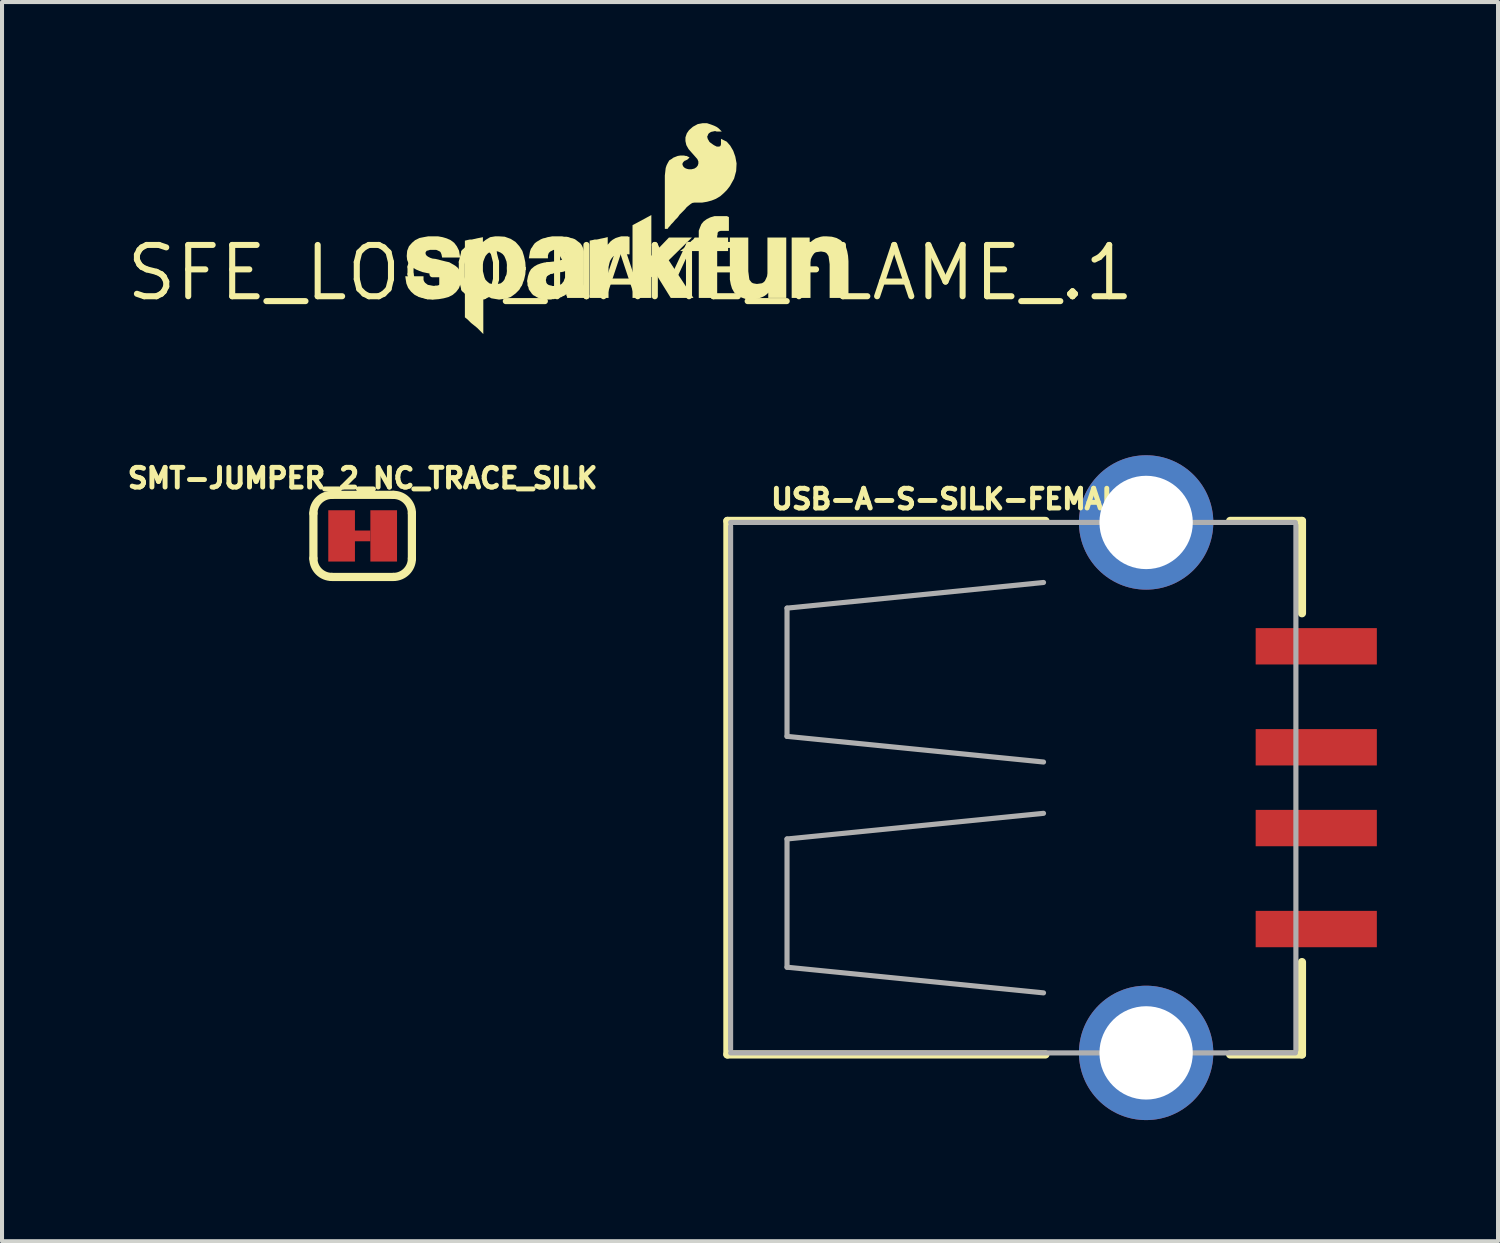
<source format=kicad_pcb>
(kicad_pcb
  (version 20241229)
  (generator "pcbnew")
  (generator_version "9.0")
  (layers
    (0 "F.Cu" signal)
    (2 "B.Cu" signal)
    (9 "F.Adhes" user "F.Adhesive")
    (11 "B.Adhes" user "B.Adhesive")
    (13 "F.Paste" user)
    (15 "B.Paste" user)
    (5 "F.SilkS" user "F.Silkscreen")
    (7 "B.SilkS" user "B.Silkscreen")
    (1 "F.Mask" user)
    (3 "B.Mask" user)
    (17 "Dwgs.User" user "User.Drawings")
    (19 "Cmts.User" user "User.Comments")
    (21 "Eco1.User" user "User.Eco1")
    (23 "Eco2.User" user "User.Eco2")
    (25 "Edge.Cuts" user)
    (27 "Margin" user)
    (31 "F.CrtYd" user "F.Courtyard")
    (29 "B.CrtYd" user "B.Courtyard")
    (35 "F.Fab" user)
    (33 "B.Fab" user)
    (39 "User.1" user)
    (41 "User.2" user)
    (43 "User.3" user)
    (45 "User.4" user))
  (footprint "SMT-JUMPER_2_NC_TRACE_SILK"
    (layer "F.Cu")
    (at 5.928 10.217)
    (property "Reference" "SMT-JUMPER_2_NC_TRACE_SILK" (at 0 -1.143 0) (layer "F.SilkS") (effects (font (size 0.488 0.488) (thickness 0.122)) (justify bottom)))
    (fp_poly (pts (xy 0.191 0.133) (xy -0.705 0.133) (xy -0.705 -0.133) (xy 0.191 -0.133)) (stroke (width 0) (type solid)) (fill yes) (layer "F.Cu"))
    (fp_poly (pts (xy 0.254 0.191) (xy -0.254 0.191) (xy -0.254 -0.191) (xy 0.254 -0.191)) (stroke (width 0) (type solid)) (fill yes) (layer "F.Mask"))
    (fp_line (start -1.219 0.559) (end -1.219 -0.559) (stroke (width 0.203) (type solid)) (layer "F.SilkS"))
    (fp_line (start -0.762 -1.016) (end 0.762 -1.016) (stroke (width 0.203) (type solid)) (layer "F.SilkS"))
    (fp_line (start 0.762 1.016) (end -0.762 1.016) (stroke (width 0.203) (type solid)) (layer "F.SilkS"))
    (fp_line (start 1.219 0.559) (end 1.219 -0.559) (stroke (width 0.203) (type solid)) (layer "F.SilkS"))
    (fp_arc (start -1.2192 -0.5588) (mid -1.085289 -0.882089) (end -0.762 -1.016) (stroke (width 0.2032) (type solid)) (layer "F.SilkS"))
    (fp_arc (start -0.762 1.016) (mid -1.085289 0.882089) (end -1.2192 0.5588) (stroke (width 0.2032) (type solid)) (layer "F.SilkS"))
    (fp_arc (start 0.762 -1.016) (mid 1.085289 -0.882089) (end 1.2192 -0.5588) (stroke (width 0.2032) (type solid)) (layer "F.SilkS"))
    (fp_arc (start 1.2192 0.5588) (mid 1.085289 0.882089) (end 0.762 1.016) (stroke (width 0.2032) (type solid)) (layer "F.SilkS"))
    (pad "1" smd rect (at -0.521 0) (size 0.66 1.27) (layers "F.Cu" "F.Mask"))
    (pad "2" smd rect (at 0.521 0) (size 0.66 1.27) (layers "F.Cu" "F.Mask")))
  (footprint "USB-A-S-SILK-FEMALE"
    (layer "F.Cu")
    (at 22.324 16.45)
    (property "Reference" "USB-A-S-SILK-FEMALE" (at -6.35 -6.858 0) (layer "F.SilkS") (effects (font (size 0.488 0.488) (thickness 0.122)) (justify left bottom)))
    (fp_line (start -7.366 -6.604) (end -7.366 6.604) (stroke (width 0.203) (type solid)) (layer "F.SilkS"))
    (fp_line (start -7.366 -6.604) (end 0.508 -6.604) (stroke (width 0.203) (type solid)) (layer "F.SilkS"))
    (fp_line (start -7.366 6.604) (end 0.508 6.604) (stroke (width 0.203) (type solid)) (layer "F.SilkS"))
    (fp_line (start 5.08 6.604) (end 6.858 6.604) (stroke (width 0.203) (type solid)) (layer "F.SilkS"))
    (fp_line (start 6.858 -6.604) (end 5.08 -6.604) (stroke (width 0.203) (type solid)) (layer "F.SilkS"))
    (fp_line (start 6.858 -4.318) (end 6.858 -6.604) (stroke (width 0.203) (type solid)) (layer "F.SilkS"))
    (fp_line (start 6.858 6.604) (end 6.858 4.318) (stroke (width 0.203) (type solid)) (layer "F.SilkS"))
    (fp_line (start -7.287 -6.477) (end -7.287 6.477) (stroke (width 0.127) (type solid)) (layer "F.Fab"))
    (fp_line (start -5.89 -4.445) (end -5.89 -1.27) (stroke (width 0.127) (type solid)) (layer "F.Fab"))
    (fp_line (start -5.89 -1.27) (end 0.46 -0.635) (stroke (width 0.127) (type solid)) (layer "F.Fab"))
    (fp_line (start -5.89 1.27) (end 0.46 0.635) (stroke (width 0.127) (type solid)) (layer "F.Fab"))
    (fp_line (start -5.89 4.445) (end -5.89 1.27) (stroke (width 0.127) (type solid)) (layer "F.Fab"))
    (fp_line (start 0.46 -5.08) (end -5.89 -4.445) (stroke (width 0.127) (type solid)) (layer "F.Fab"))
    (fp_line (start 0.46 5.08) (end -5.89 4.445) (stroke (width 0.127) (type solid)) (layer "F.Fab"))
    (fp_line (start 6.696 -6.566) (end -7.287 -6.566) (stroke (width 0.127) (type solid)) (layer "F.Fab"))
    (fp_line (start 6.696 6.566) (end -7.287 6.566) (stroke (width 0.127) (type solid)) (layer "F.Fab"))
    (fp_line (start 6.708 -6.502) (end 6.708 6.502) (stroke (width 0.127) (type solid)) (layer "F.Fab"))
    (pad "D+" smd rect (at 7.212 1) (size 3 0.9) (layers "F.Cu" "F.Mask" "F.Paste"))
    (pad "D-" smd rect (at 7.212 -1) (size 3 0.9) (layers "F.Cu" "F.Mask" "F.Paste"))
    (pad "GND" smd rect (at 7.212 3.5) (size 3 0.9) (layers "F.Cu" "F.Mask" "F.Paste"))
    (pad "SHLD1" thru_hole circle (at 3 6.566 270) (size 3.327 3.327) (drill 2.311) (layers "*.Cu" "*.Mask"))
    (pad "SHLD2" thru_hole circle (at 3 -6.566 270) (size 3.327 3.327) (drill 2.311) (layers "*.Cu" "*.Mask"))
    (pad "VBUS" smd rect (at 7.212 -3.5) (size 3 0.9) (layers "F.Cu" "F.Mask" "F.Paste")))
  (footprint "SFE_LOGO_NAME_FLAME_.1"
    (layer "F.Cu")
    (at 12.556 3.704)
    (property "Reference" "SFE_LOGO_NAME_FLAME_.1" (at 0 0 0) (layer "F.SilkS") (effects (font (size 1.27 1.27) (thickness 0.15))))
    (fp_poly (pts (xy -2.588 -0.143) (xy -2.601 0.04) (xy -2.633 0.176) (xy -2.699 0.335) (xy -3.107 0.144) (xy -3.066 0.035) (xy -3.057 -0.038) (xy -3.057 -0.155)) (stroke (width 0) (type solid)) (fill yes) (layer "F.SilkS"))
    (fp_poly (pts (xy -1.695 -0.036) (xy -1.75 -0.008) (xy -1.773 -0.008) (xy -1.803 0.002) (xy -1.843 0.002) (xy -1.873 0.012) (xy -1.91 0.012) (xy -1.93 0.022) (xy -1.985 0.022) (xy -2.092 -0.258) (xy -1.864 -0.284) (xy -1.76 -0.299)) (stroke (width 0) (type solid)) (fill yes) (layer "F.SilkS"))
    (fp_poly (pts (xy 0.519 -0.421) (xy 0.955 -0.874) (xy 1.524 -0.874) (xy 0.95 -0.311) (xy 1.562 0.622) (xy 1 0.622) (xy 0.623 0.014) (xy 0.519 0.111) (xy 0.519 0.622) (xy 0.053 0.622) (xy 0.053 -1.179) (xy 0.519 -1.43)) (stroke (width 0) (type solid)) (fill yes) (layer "F.SilkS"))
    (fp_poly (pts (xy 2.439 -1.38) (xy 2.439 -1.038) (xy 2.236 -1.038) (xy 2.204 -1.03) (xy 2.177 -1.016) (xy 2.164 -0.997) (xy 2.159 -0.987) (xy 2.159 -0.951) (xy 2.149 -0.911) (xy 2.149 -0.874) (xy 2.419 -0.874) (xy 2.419 -0.538) (xy 2.149 -0.538) (xy 2.149 0.622) (xy 1.693 0.622) (xy 1.693 -0.538) (xy 1.227 -0.538) (xy 1.356 -0.635) (xy 1.516 -0.795) (xy 1.554 -0.823) (xy 1.592 -0.874) (xy 1.693 -0.874) (xy 1.693 -1.043) (xy 1.726 -1.13) (xy 1.758 -1.206) (xy 1.815 -1.274) (xy 1.891 -1.329) (xy 1.977 -1.372) (xy 2.085 -1.404) (xy 2.39 -1.404)) (stroke (width 0) (type solid)) (fill yes) (layer "F.SilkS"))
    (fp_poly (pts (xy -0.053 -0.894) (xy -0.021 -0.894) (xy -0.021 -0.458) (xy -0.078 -0.458) (xy -0.098 -0.468) (xy -0.197 -0.468) (xy -0.292 -0.458) (xy -0.365 -0.44) (xy -0.424 -0.406) (xy -0.468 -0.354) (xy -0.504 -0.291) (xy -0.522 -0.227) (xy -0.541 -0.142) (xy -0.541 0.622) (xy -1.007 0.622) (xy -1.007 -0.797) (xy -0.927 -0.813) (xy -0.884 -0.824) (xy -0.833 -0.824) (xy -0.787 -0.833) (xy -0.747 -0.843) (xy -0.647 -0.863) (xy -0.561 -0.885) (xy -0.561 -0.695) (xy -0.549 -0.71) (xy -0.496 -0.773) (xy -0.44 -0.818) (xy -0.365 -0.861) (xy -0.3 -0.882) (xy -0.224 -0.904) (xy -0.063 -0.904)) (stroke (width 0) (type solid)) (fill yes) (layer "F.SilkS"))
    (fp_poly (pts (xy 2.919 -0.038) (xy 2.939 0.118) (xy 2.947 0.169) (xy 2.997 0.235) (xy 3.035 0.258) (xy 3.078 0.267) (xy 3.132 0.276) (xy 3.205 0.266) (xy 3.258 0.258) (xy 3.297 0.234) (xy 3.33 0.201) (xy 3.356 0.148) (xy 3.384 0.084) (xy 3.393 0.012) (xy 3.393 -0.874) (xy 3.859 -0.874) (xy 3.859 0.622) (xy 3.413 0.622) (xy 3.413 0.49) (xy 3.388 0.521) (xy 3.332 0.566) (xy 3.267 0.599) (xy 3.214 0.62) (xy 3.15 0.641) (xy 3.077 0.652) (xy 3.013 0.662) (xy 2.863 0.652) (xy 2.745 0.609) (xy 2.649 0.555) (xy 2.571 0.488) (xy 2.516 0.389) (xy 2.484 0.283) (xy 2.463 0.167) (xy 2.463 -0.874) (xy 2.919 -0.874)) (stroke (width 0) (type solid)) (fill yes) (layer "F.SilkS"))
    (fp_poly (pts (xy 4.987 -0.894) (xy 5.105 -0.862) (xy 5.204 -0.807) (xy 5.281 -0.73) (xy 5.336 -0.642) (xy 5.368 -0.535) (xy 5.389 -0.421) (xy 5.399 -0.287) (xy 5.399 0.622) (xy 4.933 0.622) (xy 4.933 -0.214) (xy 4.923 -0.291) (xy 4.913 -0.36) (xy 4.905 -0.413) (xy 4.879 -0.455) (xy 4.855 -0.487) (xy 4.817 -0.51) (xy 4.774 -0.519) (xy 4.72 -0.528) (xy 4.647 -0.518) (xy 4.594 -0.51) (xy 4.556 -0.487) (xy 4.522 -0.444) (xy 4.495 -0.399) (xy 4.468 -0.336) (xy 4.459 -0.254) (xy 4.459 0.622) (xy 3.993 0.622) (xy 3.993 -0.874) (xy 4.439 -0.874) (xy 4.439 -0.738) (xy 4.466 -0.764) (xy 4.518 -0.807) (xy 4.584 -0.851) (xy 4.712 -0.893) (xy 4.778 -0.904) (xy 4.842 -0.904)) (stroke (width 0) (type solid)) (fill yes) (layer "F.SilkS"))
    (fp_poly (pts (xy -3.111 -0.894) (xy -2.962 -0.84) (xy -2.844 -0.765) (xy -2.749 -0.659) (xy -2.674 -0.542) (xy -2.632 -0.406) (xy -2.601 -0.261) (xy -2.588 -0.067) (xy -3.057 -0.079) (xy -3.057 -0.204) (xy -3.066 -0.277) (xy -3.094 -0.352) (xy -3.122 -0.416) (xy -3.165 -0.467) (xy -3.217 -0.502) (xy -3.279 -0.529) (xy -3.359 -0.538) (xy -3.43 -0.529) (xy -3.5 -0.502) (xy -3.542 -0.469) (xy -3.586 -0.416) (xy -3.614 -0.352) (xy -3.642 -0.277) (xy -3.651 -0.204) (xy -3.651 -0.041) (xy -3.613 0.112) (xy -3.587 0.172) (xy -3.543 0.216) (xy -3.491 0.26) (xy -3.432 0.276) (xy -3.349 0.286) (xy -3.276 0.276) (xy -3.207 0.259) (xy -3.156 0.217) (xy -3.122 0.174) (xy -3.078 0.073) (xy -2.666 0.267) (xy -2.748 0.417) (xy -2.844 0.513) (xy -2.961 0.598) (xy -3.09 0.641) (xy -3.25 0.663) (xy -3.441 0.631) (xy -3.507 0.597) (xy -3.614 0.533) (xy -3.641 0.5) (xy -3.641 1.516) (xy -3.794 1.362) (xy -3.944 1.242) (xy -4.034 1.152) (xy -4.097 1.102) (xy -4.097 -0.796) (xy -4.027 -0.813) (xy -3.973 -0.824) (xy -3.924 -0.824) (xy -3.887 -0.833) (xy -3.837 -0.843) (xy -3.797 -0.853) (xy -3.651 -0.882) (xy -3.651 -0.758) (xy -3.634 -0.774) (xy -3.581 -0.817) (xy -3.472 -0.882) (xy -3.342 -0.904) (xy -3.268 -0.904)) (stroke (width 0) (type solid)) (fill yes) (layer "F.SilkS"))
    (fp_poly (pts (xy -4.65 -0.883) (xy -4.546 -0.852) (xy -4.45 -0.809) (xy -4.362 -0.743) (xy -4.296 -0.656) (xy -4.242 -0.548) (xy -4.214 -0.378) (xy -4.66 -0.378) (xy -4.676 -0.455) (xy -4.693 -0.498) (xy -4.706 -0.519) (xy -4.728 -0.533) (xy -4.765 -0.551) (xy -4.806 -0.568) (xy -4.963 -0.568) (xy -4.988 -0.559) (xy -5.028 -0.549) (xy -5.045 -0.544) (xy -5.071 -0.504) (xy -5.071 -0.481) (xy -5.064 -0.453) (xy -5.042 -0.423) (xy -5.009 -0.399) (xy -4.954 -0.371) (xy -4.901 -0.353) (xy -4.822 -0.344) (xy -4.58 -0.283) (xy -4.485 -0.262) (xy -4.337 -0.177) (xy -4.27 -0.122) (xy -4.225 -0.054) (xy -4.192 0.024) (xy -4.181 0.125) (xy -4.202 0.263) (xy -4.245 0.382) (xy -4.311 0.47) (xy -4.398 0.546) (xy -4.505 0.6) (xy -4.621 0.631) (xy -4.744 0.652) (xy -4.869 0.662) (xy -4.994 0.652) (xy -5.117 0.631) (xy -5.233 0.6) (xy -5.34 0.546) (xy -5.427 0.47) (xy -5.502 0.373) (xy -5.546 0.264) (xy -5.573 0.086) (xy -5.121 0.086) (xy -5.121 0.177) (xy -5.105 0.215) (xy -5.082 0.247) (xy -5.014 0.298) (xy -4.962 0.307) (xy -4.912 0.317) (xy -4.861 0.325) (xy -4.824 0.316) (xy -4.784 0.316) (xy -4.752 0.308) (xy -4.719 0.291) (xy -4.684 0.265) (xy -4.663 0.245) (xy -4.648 0.184) (xy -4.655 0.157) (xy -4.669 0.129) (xy -4.7 0.106) (xy -4.745 0.079) (xy -4.8 0.061) (xy -4.957 0.021) (xy -5.057 0.001) (xy -5.15 -0.019) (xy -5.233 -0.051) (xy -5.306 -0.082) (xy -5.379 -0.124) (xy -5.446 -0.169) (xy -5.493 -0.238) (xy -5.526 -0.316) (xy -5.537 -0.415) (xy -5.526 -0.545) (xy -5.482 -0.656) (xy -5.406 -0.743) (xy -5.33 -0.808) (xy -5.221 -0.862) (xy -5.116 -0.883) (xy -5.002 -0.904) (xy -4.766 -0.904)) (stroke (width 0) (type solid)) (fill yes) (layer "F.SilkS"))
    (fp_poly (pts (xy 1.994 -3.672) (xy 2.076 -3.641) (xy 2.141 -3.609) (xy 2.186 -3.575) (xy 2.263 -3.498) (xy 2.135 -3.498) (xy 2.105 -3.508) (xy 2.086 -3.508) (xy 2.049 -3.499) (xy 2.003 -3.49) (xy 1.971 -3.473) (xy 1.939 -3.449) (xy 1.926 -3.429) (xy 1.916 -3.401) (xy 1.906 -3.381) (xy 1.901 -3.366) (xy 1.908 -3.347) (xy 1.916 -3.312) (xy 1.934 -3.285) (xy 1.952 -3.249) (xy 1.975 -3.226) (xy 2.003 -3.207) (xy 2.043 -3.177) (xy 2.07 -3.159) (xy 2.14 -3.124) (xy 2.195 -3.124) (xy 2.214 -3.131) (xy 2.229 -3.14) (xy 2.243 -3.182) (xy 2.243 -3.318) (xy 2.385 -3.247) (xy 2.472 -3.148) (xy 2.546 -3.022) (xy 2.598 -2.876) (xy 2.629 -2.708) (xy 2.619 -2.52) (xy 2.567 -2.331) (xy 2.463 -2.145) (xy 2.39 -2.051) (xy 2.307 -1.968) (xy 2.224 -1.895) (xy 2.118 -1.832) (xy 2.013 -1.79) (xy 1.899 -1.759) (xy 1.774 -1.738) (xy 1.584 -1.738) (xy 1.534 -1.73) (xy 1.493 -1.705) (xy 1.398 -1.629) (xy 1.349 -1.57) (xy 1.22 -1.441) (xy 1.17 -1.371) (xy 1.109 -1.31) (xy 1.059 -1.25) (xy 1.01 -1.201) (xy 0.98 -1.161) (xy 0.951 -1.132) (xy 0.921 -1.088) (xy 0.853 -1.088) (xy 0.853 -2.408) (xy 0.874 -2.594) (xy 0.896 -2.661) (xy 0.928 -2.724) (xy 0.963 -2.784) (xy 1.02 -2.818) (xy 1.062 -2.85) (xy 1.171 -2.893) (xy 1.238 -2.904) (xy 1.326 -2.904) (xy 1.366 -2.894) (xy 1.39 -2.894) (xy 1.465 -2.856) (xy 1.414 -2.805) (xy 1.366 -2.781) (xy 1.342 -2.773) (xy 1.311 -2.742) (xy 1.296 -2.719) (xy 1.289 -2.7) (xy 1.289 -2.682) (xy 1.296 -2.661) (xy 1.312 -2.629) (xy 1.335 -2.606) (xy 1.359 -2.59) (xy 1.402 -2.573) (xy 1.445 -2.564) (xy 1.516 -2.564) (xy 1.585 -2.581) (xy 1.635 -2.614) (xy 1.667 -2.654) (xy 1.683 -2.702) (xy 1.683 -2.758) (xy 1.658 -2.815) (xy 1.592 -2.891) (xy 1.512 -2.981) (xy 1.44 -3.064) (xy 1.385 -3.162) (xy 1.363 -3.262) (xy 1.363 -3.352) (xy 1.397 -3.453) (xy 1.452 -3.532) (xy 1.549 -3.617) (xy 1.668 -3.682) (xy 1.788 -3.704) (xy 1.897 -3.704)) (stroke (width 0) (type solid)) (fill yes) (layer "F.SilkS"))
    (fp_poly (pts (xy -1.645 -0.894) (xy -1.585 -0.894) (xy -1.528 -0.883) (xy -1.478 -0.863) (xy -1.428 -0.853) (xy -1.37 -0.83) (xy -1.242 -0.733) (xy -1.206 -0.686) (xy -1.184 -0.642) (xy -1.162 -0.587) (xy -1.151 -0.53) (xy -1.151 0.335) (xy -1.141 0.355) (xy -1.141 0.445) (xy -1.131 0.465) (xy -1.131 0.485) (xy -1.121 0.505) (xy -1.121 0.535) (xy -1.118 0.541) (xy -1.101 0.558) (xy -1.101 0.622) (xy -1.567 0.622) (xy -1.567 0.59) (xy -1.577 0.58) (xy -1.577 0.57) (xy -1.587 0.56) (xy -1.587 0.53) (xy -1.589 0.528) (xy -1.605 0.544) (xy -1.642 0.569) (xy -1.672 0.579) (xy -1.702 0.599) (xy -1.833 0.642) (xy -1.863 0.642) (xy -1.893 0.652) (xy -1.933 0.652) (xy -1.963 0.662) (xy -2.083 0.662) (xy -2.133 0.652) (xy -2.184 0.652) (xy -2.231 0.64) (xy -2.285 0.619) (xy -2.328 0.597) (xy -2.358 0.577) (xy -2.402 0.555) (xy -2.439 0.518) (xy -2.46 0.486) (xy -2.49 0.446) (xy -2.515 0.409) (xy -2.525 0.356) (xy -2.547 0.313) (xy -2.547 0.258) (xy -2.558 0.204) (xy -2.536 0.085) (xy -2.504 -0.012) (xy -2.459 -0.091) (xy -2.381 -0.157) (xy -2.305 -0.201) (xy -2.22 -0.232) (xy -2.136 -0.254) (xy -2.014 -0.267) (xy -1.909 0.008) (xy -1.974 0.029) (xy -1.986 0.035) (xy -1.996 0.045) (xy -2.036 0.065) (xy -2.046 0.075) (xy -2.061 0.082) (xy -2.081 0.123) (xy -2.081 0.143) (xy -2.091 0.163) (xy -2.091 0.198) (xy -2.081 0.228) (xy -2.081 0.245) (xy -2.078 0.251) (xy -2.068 0.261) (xy -2.061 0.276) (xy -2.046 0.283) (xy -2.036 0.293) (xy -2.01 0.306) (xy -1.99 0.306) (xy -1.97 0.316) (xy -1.95 0.316) (xy -1.93 0.326) (xy -1.893 0.326) (xy -1.843 0.316) (xy -1.798 0.316) (xy -1.762 0.298) (xy -1.725 0.289) (xy -1.703 0.274) (xy -1.689 0.26) (xy -1.669 0.23) (xy -1.652 0.213) (xy -1.634 0.159) (xy -1.624 0.139) (xy -1.617 0.118) (xy -1.617 -0.044) (xy -1.65 -0.028) (xy -1.67 -0.028) (xy -1.69 -0.018) (xy -1.769 -0.018) (xy -1.835 -0.283) (xy -1.73 -0.312) (xy -1.675 -0.331) (xy -1.635 -0.355) (xy -1.617 -0.379) (xy -1.617 -0.467) (xy -1.64 -0.513) (xy -1.65 -0.523) (xy -1.657 -0.538) (xy -1.698 -0.558) (xy -1.718 -0.558) (xy -1.738 -0.568) (xy -1.9 -0.568) (xy -1.986 -0.525) (xy -2.018 -0.493) (xy -2.024 -0.481) (xy -2.034 -0.451) (xy -2.041 -0.437) (xy -2.041 -0.358) (xy -2.514 -0.358) (xy -2.486 -0.525) (xy -2.463 -0.594) (xy -2.431 -0.637) (xy -2.401 -0.687) (xy -2.366 -0.733) (xy -2.32 -0.768) (xy -2.216 -0.83) (xy -2.16 -0.853) (xy -2.109 -0.863) (xy -2.048 -0.883) (xy -1.986 -0.893) (xy -1.933 -0.904) (xy -1.695 -0.904)) (stroke (width 0) (type solid)) (fill yes) (layer "F.SilkS")))
  (gr_rect
    (start -3 -3)
    (end 34.036 27.679)
    (stroke (width 0.1) (type default))
    (fill no)
    (layer "Edge.Cuts")))
</source>
